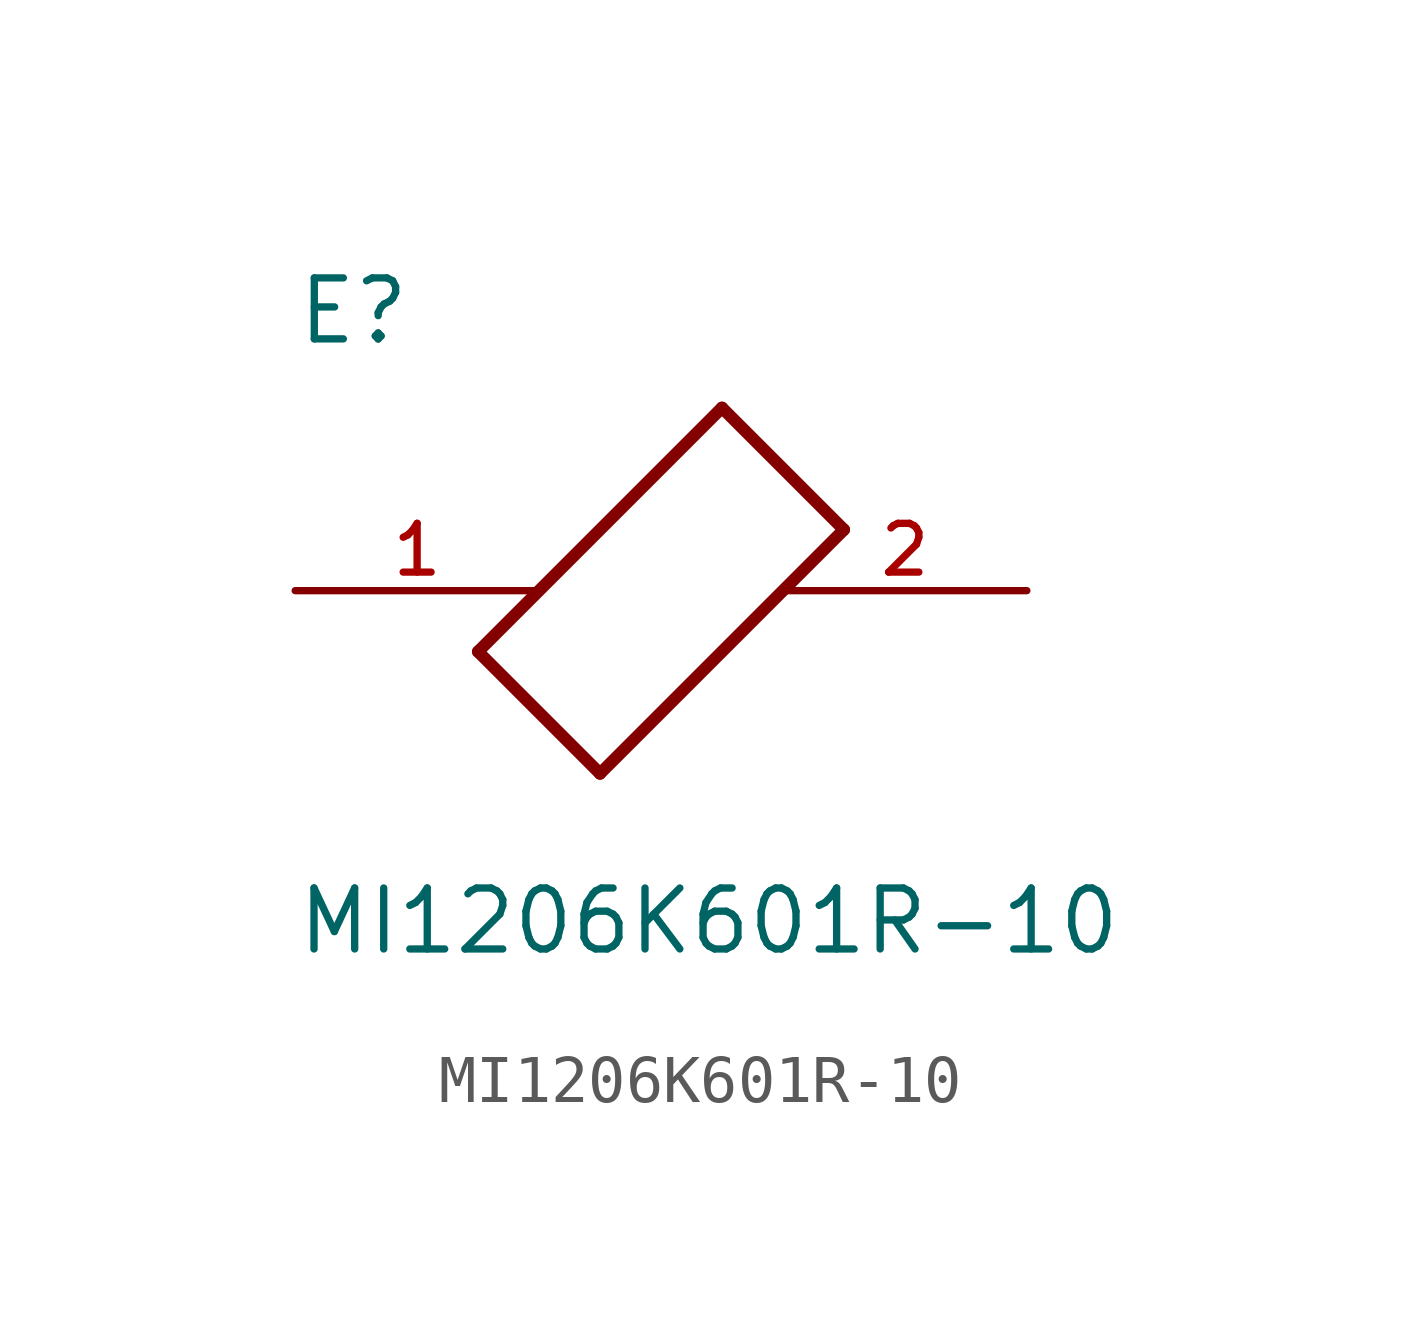
<source format=kicad_sym>
(kicad_symbol_lib
  (version 20211014)
  (generator kicad_symbol_editor)
  (symbol "MI1206K601R-10"
    (pin_names
      (offset 1.016))
    (property "Reference" "E"
      (at -7.624 5.081 0)
      (effects (font (size 1.27 1.27)) (justify bottom left)))
    (property "Value" "MI1206K601R-10"
      (at -7.63 -7.627 0)
      (effects (font (size 1.27 1.27)) (justify bottom left)))
    (symbol "MI1206K601R-10_0_0"
      (polyline (pts (xy -3.81 -1.27) (xy -1.27 -3.81)) (stroke (width 0.254)))
      (polyline (pts (xy -1.27 -3.81) (xy 3.81 1.27)) (stroke (width 0.254)))
      (polyline (pts (xy 3.81 1.27) (xy 1.27 3.81)) (stroke (width 0.254)))
      (polyline (pts (xy 1.27 3.81) (xy -3.81 -1.27)) (stroke (width 0.254)))
      (pin passive line (at 7.62 0.0 180.0) (length 5.08) (name "~" (effects (font (size 1.016 1.016)))) (number "2" (effects (font (size 1.016 1.016)))))
      (pin passive line (at -7.62 0.0 0) (length 5.08) (name "~" (effects (font (size 1.016 1.016)))) (number "1" (effects (font (size 1.016 1.016))))))))
</source>
